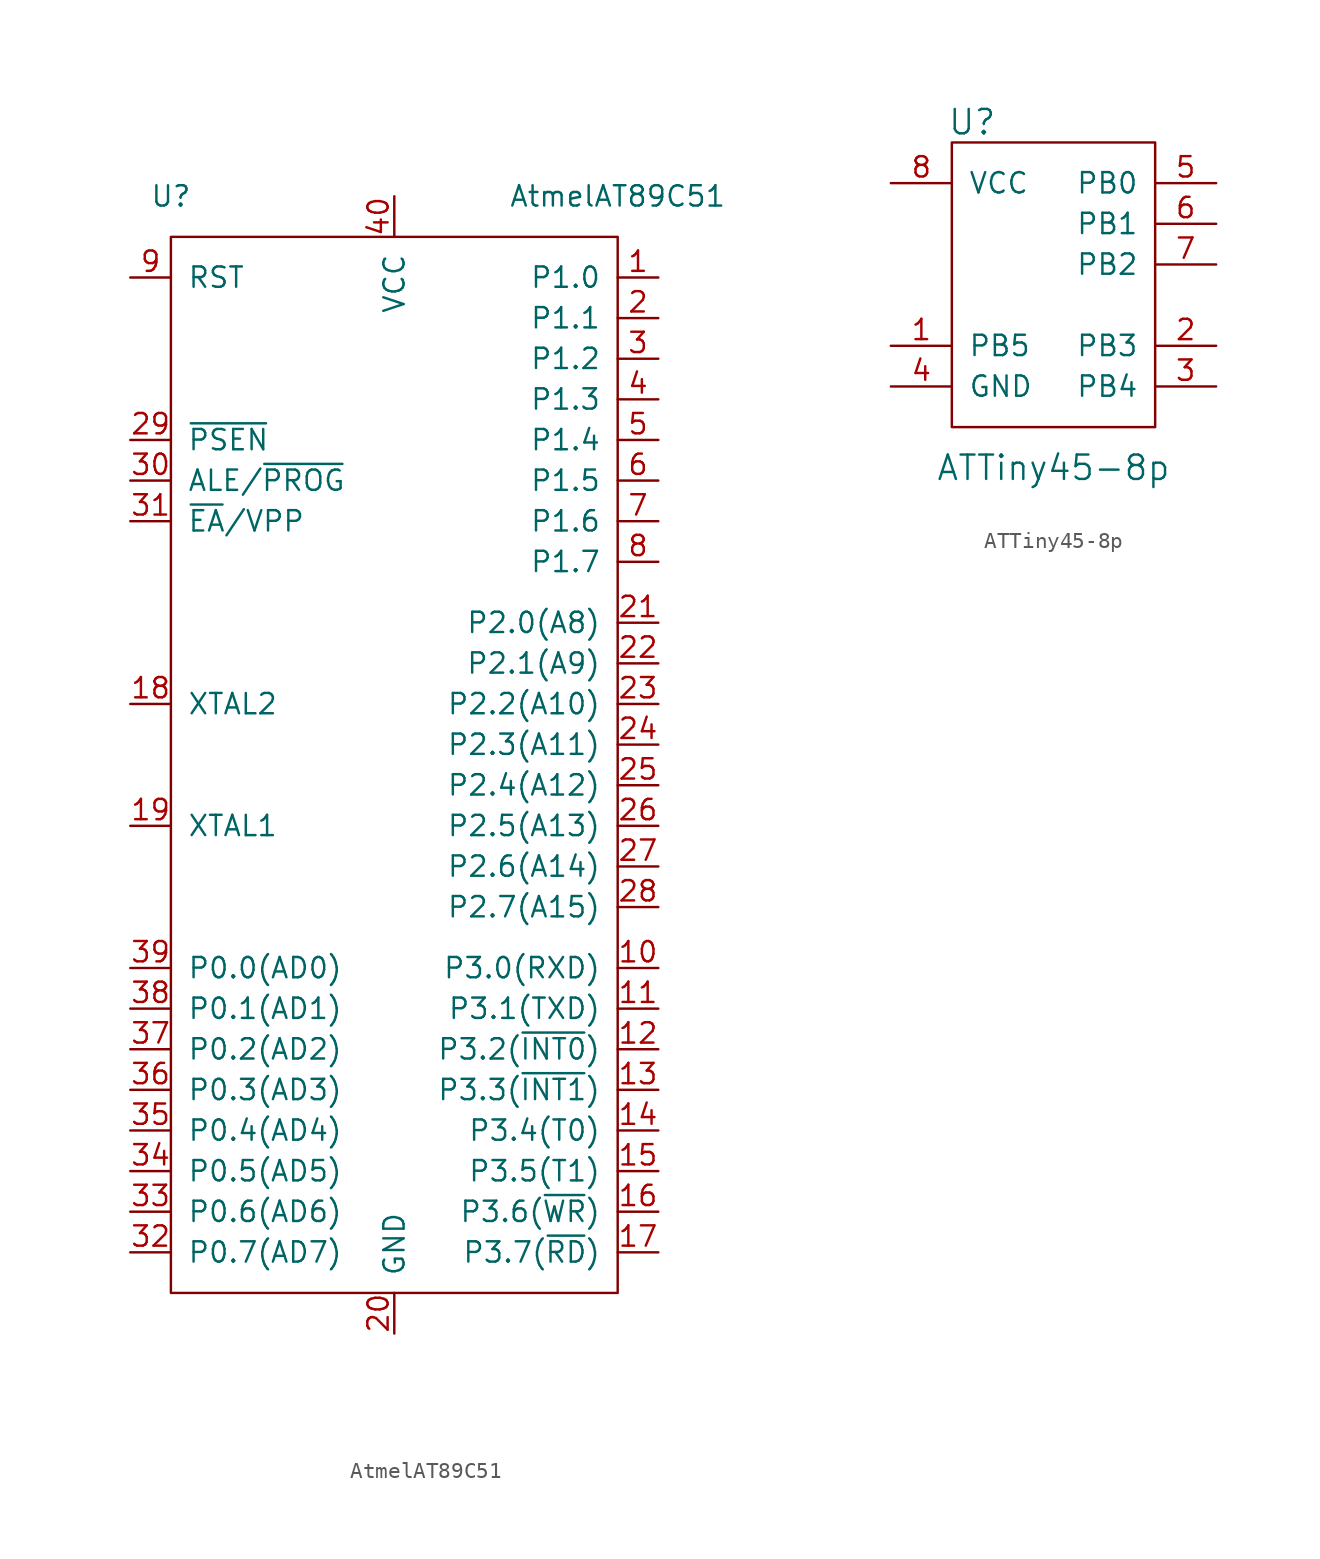
<source format=kicad_sym>
(kicad_symbol_lib
  (version 20211014)
  (generator kicad_symbol_editor)
  (symbol "AtmelAT89C51"
    (pin_names
      (offset 1.016))
    (property "Reference" "U"
      (at -13.97 35.56 0)
      (effects (font (size 1.27 1.27))))
    (property "Value" "AtmelAT89C51"
      (at 13.97 35.56 0)
      (effects (font (size 1.27 1.27))))
    (symbol "AtmelAT89C51_0_1"
      (rectangle (start 13.97 33.02) (end -13.97 -33.02) (stroke (width 0) (type default) (color 0 0 0 0)) (fill (type none))))
    (symbol "AtmelAT89C51_1_1"
      (pin bidirectional line (at 16.51 30.48 180) (length 2.54) (name "P1.0" (effects (font (size 1.27 1.27)))) (number "1" (effects (font (size 1.27 1.27)))))
      (pin bidirectional line (at 16.51 -12.7 180) (length 2.54) (name "P3.0(RXD)" (effects (font (size 1.27 1.27)))) (number "10" (effects (font (size 1.27 1.27)))))
      (pin bidirectional line (at 16.51 -15.24 180) (length 2.54) (name "P3.1(TXD)" (effects (font (size 1.27 1.27)))) (number "11" (effects (font (size 1.27 1.27)))))
      (pin bidirectional line (at 16.51 -17.78 180) (length 2.54) (name "P3.2(~{INT0})" (effects (font (size 1.27 1.27)))) (number "12" (effects (font (size 1.27 1.27)))))
      (pin bidirectional line (at 16.51 -20.32 180) (length 2.54) (name "P3.3(~{INT1})" (effects (font (size 1.27 1.27)))) (number "13" (effects (font (size 1.27 1.27)))))
      (pin bidirectional line (at 16.51 -22.86 180) (length 2.54) (name "P3.4(T0)" (effects (font (size 1.27 1.27)))) (number "14" (effects (font (size 1.27 1.27)))))
      (pin bidirectional line (at 16.51 -25.4 180) (length 2.54) (name "P3.5(T1)" (effects (font (size 1.27 1.27)))) (number "15" (effects (font (size 1.27 1.27)))))
      (pin bidirectional line (at 16.51 -27.94 180) (length 2.54) (name "P3.6(~{WR})" (effects (font (size 1.27 1.27)))) (number "16" (effects (font (size 1.27 1.27)))))
      (pin bidirectional line (at 16.51 -30.48 180) (length 2.54) (name "P3.7(~{RD})" (effects (font (size 1.27 1.27)))) (number "17" (effects (font (size 1.27 1.27)))))
      (pin bidirectional line (at -16.51 3.81 0) (length 2.54) (name "XTAL2" (effects (font (size 1.27 1.27)))) (number "18" (effects (font (size 1.27 1.27)))))
      (pin bidirectional line (at -16.51 -3.81 0) (length 2.54) (name "XTAL1" (effects (font (size 1.27 1.27)))) (number "19" (effects (font (size 1.27 1.27)))))
      (pin bidirectional line (at 16.51 27.94 180) (length 2.54) (name "P1.1" (effects (font (size 1.27 1.27)))) (number "2" (effects (font (size 1.27 1.27)))))
      (pin bidirectional line (at 0 -35.56 90) (length 2.54) (name "GND" (effects (font (size 1.27 1.27)))) (number "20" (effects (font (size 1.27 1.27)))))
      (pin bidirectional line (at 16.51 8.89 180) (length 2.54) (name "P2.0(A8)" (effects (font (size 1.27 1.27)))) (number "21" (effects (font (size 1.27 1.27)))))
      (pin bidirectional line (at 16.51 6.35 180) (length 2.54) (name "P2.1(A9)" (effects (font (size 1.27 1.27)))) (number "22" (effects (font (size 1.27 1.27)))))
      (pin bidirectional line (at 16.51 3.81 180) (length 2.54) (name "P2.2(A10)" (effects (font (size 1.27 1.27)))) (number "23" (effects (font (size 1.27 1.27)))))
      (pin bidirectional line (at 16.51 1.27 180) (length 2.54) (name "P2.3(A11)" (effects (font (size 1.27 1.27)))) (number "24" (effects (font (size 1.27 1.27)))))
      (pin bidirectional line (at 16.51 -1.27 180) (length 2.54) (name "P2.4(A12)" (effects (font (size 1.27 1.27)))) (number "25" (effects (font (size 1.27 1.27)))))
      (pin bidirectional line (at 16.51 -3.81 180) (length 2.54) (name "P2.5(A13)" (effects (font (size 1.27 1.27)))) (number "26" (effects (font (size 1.27 1.27)))))
      (pin bidirectional line (at 16.51 -6.35 180) (length 2.54) (name "P2.6(A14)" (effects (font (size 1.27 1.27)))) (number "27" (effects (font (size 1.27 1.27)))))
      (pin bidirectional line (at 16.51 -8.89 180) (length 2.54) (name "P2.7(A15)" (effects (font (size 1.27 1.27)))) (number "28" (effects (font (size 1.27 1.27)))))
      (pin bidirectional line (at -16.51 20.32 0) (length 2.54) (name "~{PSEN}" (effects (font (size 1.27 1.27)))) (number "29" (effects (font (size 1.27 1.27)))))
      (pin bidirectional line (at 16.51 25.4 180) (length 2.54) (name "P1.2" (effects (font (size 1.27 1.27)))) (number "3" (effects (font (size 1.27 1.27)))))
      (pin bidirectional line (at -16.51 17.78 0) (length 2.54) (name "ALE/~{PROG}" (effects (font (size 1.27 1.27)))) (number "30" (effects (font (size 1.27 1.27)))))
      (pin bidirectional line (at -16.51 15.24 0) (length 2.54) (name "~{EA}/VPP" (effects (font (size 1.27 1.27)))) (number "31" (effects (font (size 1.27 1.27)))))
      (pin bidirectional line (at -16.51 -30.48 0) (length 2.54) (name "P0.7(AD7)" (effects (font (size 1.27 1.27)))) (number "32" (effects (font (size 1.27 1.27)))))
      (pin bidirectional line (at -16.51 -27.94 0) (length 2.54) (name "P0.6(AD6)" (effects (font (size 1.27 1.27)))) (number "33" (effects (font (size 1.27 1.27)))))
      (pin bidirectional line (at -16.51 -25.4 0) (length 2.54) (name "P0.5(AD5)" (effects (font (size 1.27 1.27)))) (number "34" (effects (font (size 1.27 1.27)))))
      (pin bidirectional line (at -16.51 -22.86 0) (length 2.54) (name "P0.4(AD4)" (effects (font (size 1.27 1.27)))) (number "35" (effects (font (size 1.27 1.27)))))
      (pin bidirectional line (at -16.51 -20.32 0) (length 2.54) (name "P0.3(AD3)" (effects (font (size 1.27 1.27)))) (number "36" (effects (font (size 1.27 1.27)))))
      (pin bidirectional line (at -16.51 -17.78 0) (length 2.54) (name "P0.2(AD2)" (effects (font (size 1.27 1.27)))) (number "37" (effects (font (size 1.27 1.27)))))
      (pin bidirectional line (at -16.51 -15.24 0) (length 2.54) (name "P0.1(AD1)" (effects (font (size 1.27 1.27)))) (number "38" (effects (font (size 1.27 1.27)))))
      (pin bidirectional line (at -16.51 -12.7 0) (length 2.54) (name "P0.0(AD0)" (effects (font (size 1.27 1.27)))) (number "39" (effects (font (size 1.27 1.27)))))
      (pin bidirectional line (at 16.51 22.86 180) (length 2.54) (name "P1.3" (effects (font (size 1.27 1.27)))) (number "4" (effects (font (size 1.27 1.27)))))
      (pin bidirectional line (at 0 35.56 270) (length 2.54) (name "VCC" (effects (font (size 1.27 1.27)))) (number "40" (effects (font (size 1.27 1.27)))))
      (pin bidirectional line (at 16.51 20.32 180) (length 2.54) (name "P1.4" (effects (font (size 1.27 1.27)))) (number "5" (effects (font (size 1.27 1.27)))))
      (pin bidirectional line (at 16.51 17.78 180) (length 2.54) (name "P1.5" (effects (font (size 1.27 1.27)))) (number "6" (effects (font (size 1.27 1.27)))))
      (pin bidirectional line (at 16.51 15.24 180) (length 2.54) (name "P1.6" (effects (font (size 1.27 1.27)))) (number "7" (effects (font (size 1.27 1.27)))))
      (pin bidirectional line (at 16.51 12.7 180) (length 2.54) (name "P1.7" (effects (font (size 1.27 1.27)))) (number "8" (effects (font (size 1.27 1.27)))))
      (pin bidirectional line (at -16.51 30.48 0) (length 2.54) (name "RST" (effects (font (size 1.27 1.27)))) (number "9" (effects (font (size 1.27 1.27)))))))
  (symbol "ATTiny45-8p"
    (pin_names
      (offset 1.016))
    (property "Reference" "U"
      (at -5.08 10.16 0)
      (effects (font (size 1.524 1.524))))
    (property "Value" "ATTiny45-8p"
      (at 0 -11.43 0)
      (effects (font (size 1.524 1.524))))
    (property "Footprint" ""
      (at 1.27 -2.54 0)
      (effects (font (size 1.524 1.524))))
    (property "Datasheet" ""
      (at 1.27 -2.54 0)
      (effects (font (size 1.524 1.524))))
    (symbol "ATTiny45-8p_0_1"
      (rectangle (start -6.35 8.89) (end 6.35 -8.89) (stroke (width 0) (type default) (color 0 0 0 0)) (fill (type none))))
    (symbol "ATTiny45-8p_1_1"
      (pin input line (at -10.16 -3.81 0) (length 3.81) (name "PB5" (effects (font (size 1.27 1.27)))) (number "1" (effects (font (size 1.27 1.27)))))
      (pin input line (at 10.16 -3.81 180) (length 3.81) (name "PB3" (effects (font (size 1.27 1.27)))) (number "2" (effects (font (size 1.27 1.27)))))
      (pin input line (at 10.16 -6.35 180) (length 3.81) (name "PB4" (effects (font (size 1.27 1.27)))) (number "3" (effects (font (size 1.27 1.27)))))
      (pin input line (at -10.16 -6.35 0) (length 3.81) (name "GND" (effects (font (size 1.27 1.27)))) (number "4" (effects (font (size 1.27 1.27)))))
      (pin bidirectional line (at 10.16 6.35 180) (length 3.81) (name "PB0" (effects (font (size 1.27 1.27)))) (number "5" (effects (font (size 1.27 1.27)))))
      (pin bidirectional line (at 10.16 3.81 180) (length 3.81) (name "PB1" (effects (font (size 1.27 1.27)))) (number "6" (effects (font (size 1.27 1.27)))))
      (pin bidirectional line (at 10.16 1.27 180) (length 3.81) (name "PB2" (effects (font (size 1.27 1.27)))) (number "7" (effects (font (size 1.27 1.27)))))
      (pin input line (at -10.16 6.35 0) (length 3.81) (name "VCC" (effects (font (size 1.27 1.27)))) (number "8" (effects (font (size 1.27 1.27))))))))
</source>
